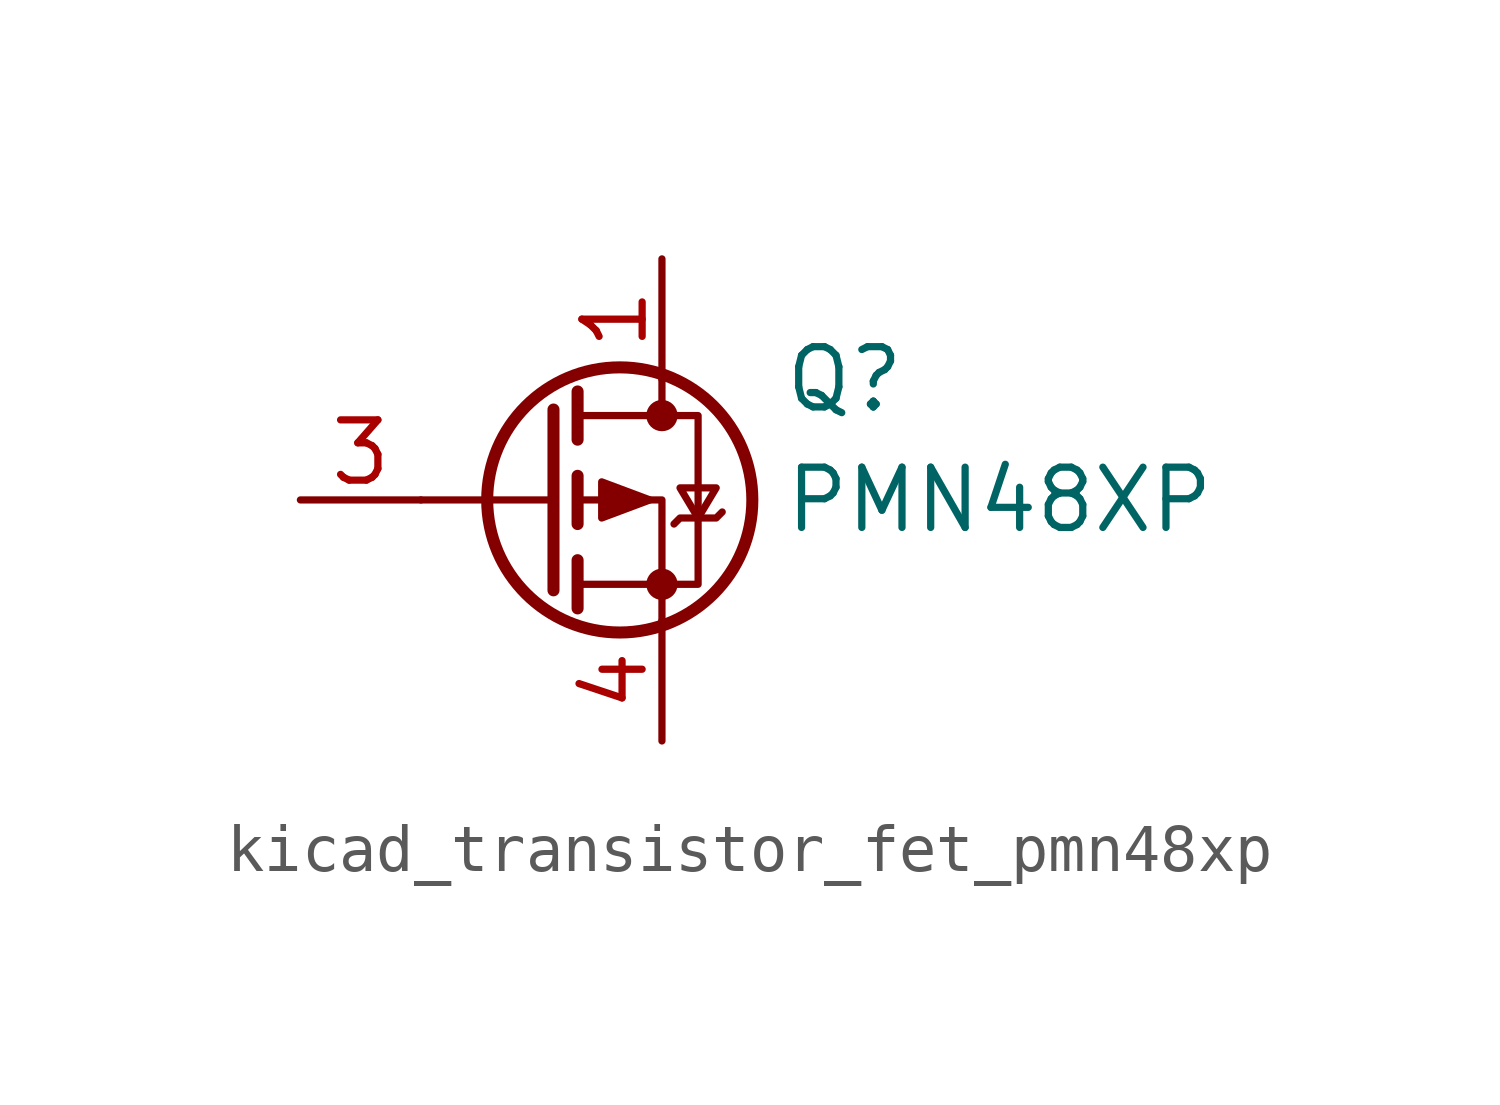
<source format=kicad_sym>
(kicad_symbol_lib
  (version 20220914)
  (generator kicad_symbol_editor)
  (symbol "kicad_transistor_fet_pmn48xp"
    (pin_names hide)
    (property "Reference" "Q"
      (at 5.08 2.54 0)
      (effects (font (size 1.27 1.27)) (justify left)))
    (property "Value" "PMN48XP"
      (at 5.08 0 0)
      (effects (font (size 1.27 1.27)) (justify left)))
    (symbol "kicad_transistor_fet_pmn48xp_0_1"
      (polyline (pts (xy 0.254 0) (xy -2.54 0)) (stroke (width 0) (type default)) (fill (type none)))
      (polyline (pts (xy 0.254 1.905) (xy 0.254 -1.905)) (stroke (width 0.254) (type default)) (fill (type none)))
      (polyline (pts (xy 0.762 -1.27) (xy 0.762 -2.286)) (stroke (width 0.254) (type default)) (fill (type none)))
      (polyline (pts (xy 0.762 0.508) (xy 0.762 -0.508)) (stroke (width 0.254) (type default)) (fill (type none)))
      (polyline (pts (xy 0.762 2.286) (xy 0.762 1.27)) (stroke (width 0.254) (type default)) (fill (type none)))
      (polyline (pts (xy 2.54 2.54) (xy 2.54 1.778)) (stroke (width 0) (type default)) (fill (type none)))
      (polyline (pts (xy 2.54 -2.54) (xy 2.54 0) (xy 0.762 0)) (stroke (width 0) (type default)) (fill (type none)))
      (polyline (pts (xy 0.762 1.778) (xy 3.302 1.778) (xy 3.302 -1.778) (xy 0.762 -1.778)) (stroke (width 0) (type default)) (fill (type none)))
      (polyline (pts (xy 2.286 0) (xy 1.27 0.381) (xy 1.27 -0.381) (xy 2.286 0)) (stroke (width 0) (type default)) (fill (type outline)))
      (polyline (pts (xy 2.794 -0.508) (xy 2.921 -0.381) (xy 3.683 -0.381) (xy 3.81 -0.254)) (stroke (width 0) (type default)) (fill (type none)))
      (polyline (pts (xy 3.302 -0.381) (xy 2.921 0.254) (xy 3.683 0.254) (xy 3.302 -0.381)) (stroke (width 0) (type default)) (fill (type none)))
      (circle (center 1.651 0) (radius 2.794) (stroke (width 0.254) (type default)) (fill (type none)))
      (circle (center 2.54 -1.778) (radius 0.254) (stroke (width 0) (type default)) (fill (type outline)))
      (circle (center 2.54 1.778) (radius 0.254) (stroke (width 0) (type default)) (fill (type outline))))
    (symbol "kicad_transistor_fet_pmn48xp_1_1"
      (pin passive line (at 2.54 5.08 270) (length 2.54) (name "D" (effects (font (size 1.27 1.27)))) (number "1" (effects (font (size 1.27 1.27)))))
      (pin passive line (at 2.54 5.08 270) (length 2.54) hide (name "D" (effects (font (size 1.27 1.27)))) (number "2" (effects (font (size 1.27 1.27)))))
      (pin passive line (at -5.08 0 0) (length 2.54) (name "G" (effects (font (size 1.27 1.27)))) (number "3" (effects (font (size 1.27 1.27)))))
      (pin passive line (at 2.54 -5.08 90) (length 2.54) (name "S" (effects (font (size 1.27 1.27)))) (number "4" (effects (font (size 1.27 1.27)))))
      (pin passive line (at 2.54 5.08 270) (length 2.54) hide (name "D" (effects (font (size 1.27 1.27)))) (number "5" (effects (font (size 1.27 1.27)))))
      (pin passive line (at 2.54 5.08 270) (length 2.54) hide (name "D" (effects (font (size 1.27 1.27)))) (number "6" (effects (font (size 1.27 1.27))))))))
</source>
